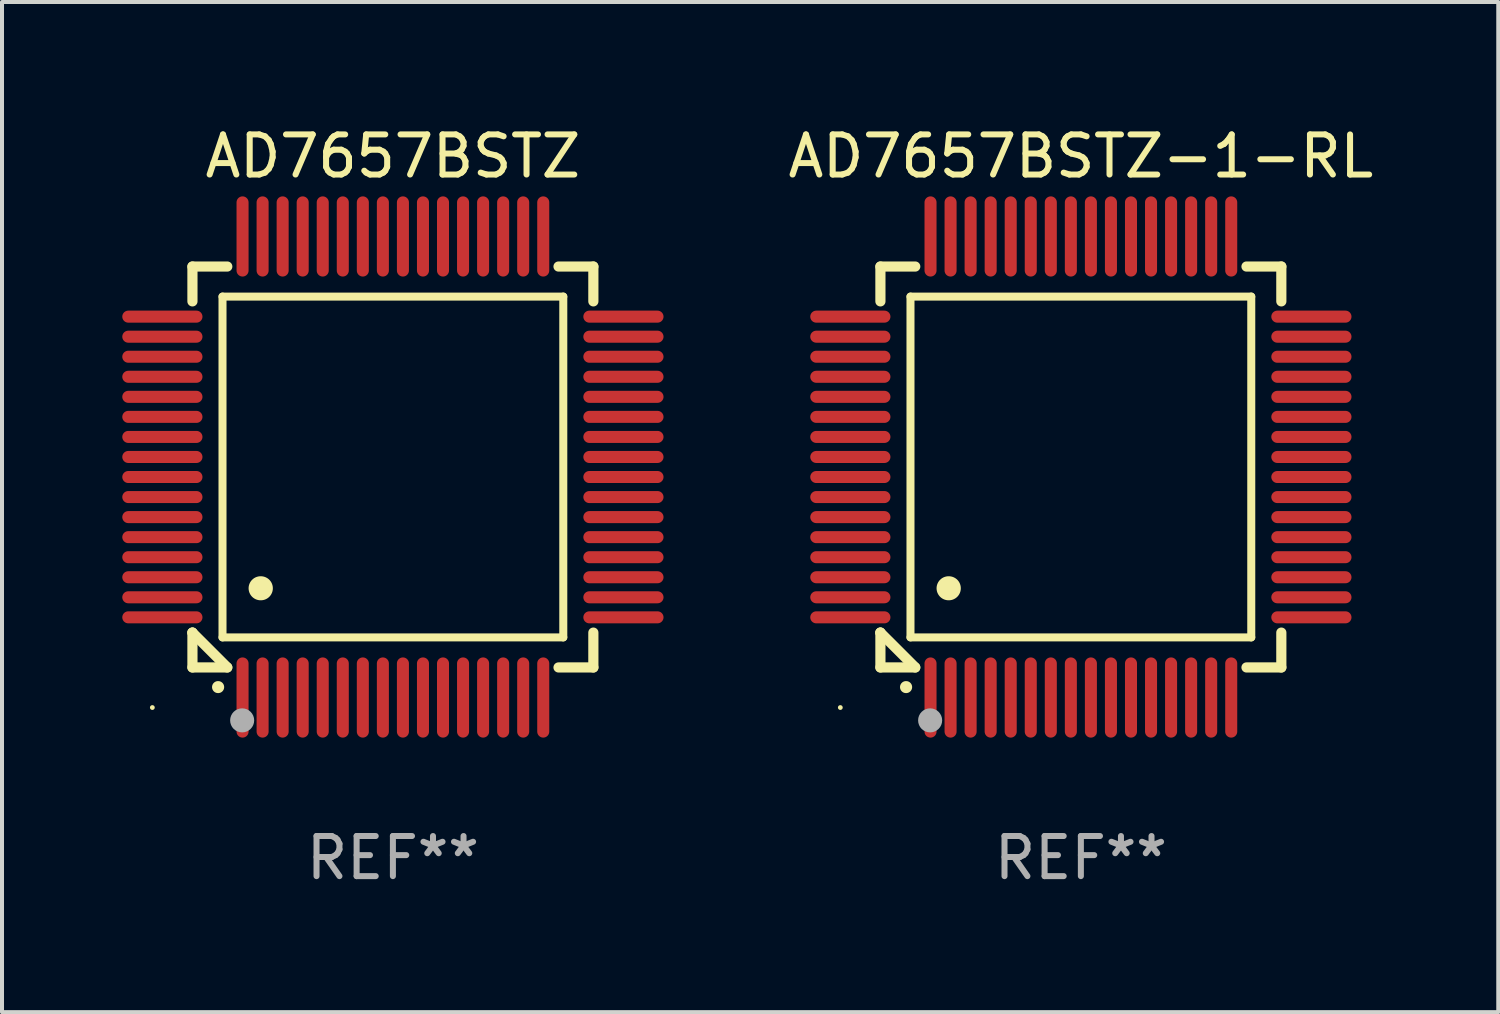
<source format=kicad_pcb>
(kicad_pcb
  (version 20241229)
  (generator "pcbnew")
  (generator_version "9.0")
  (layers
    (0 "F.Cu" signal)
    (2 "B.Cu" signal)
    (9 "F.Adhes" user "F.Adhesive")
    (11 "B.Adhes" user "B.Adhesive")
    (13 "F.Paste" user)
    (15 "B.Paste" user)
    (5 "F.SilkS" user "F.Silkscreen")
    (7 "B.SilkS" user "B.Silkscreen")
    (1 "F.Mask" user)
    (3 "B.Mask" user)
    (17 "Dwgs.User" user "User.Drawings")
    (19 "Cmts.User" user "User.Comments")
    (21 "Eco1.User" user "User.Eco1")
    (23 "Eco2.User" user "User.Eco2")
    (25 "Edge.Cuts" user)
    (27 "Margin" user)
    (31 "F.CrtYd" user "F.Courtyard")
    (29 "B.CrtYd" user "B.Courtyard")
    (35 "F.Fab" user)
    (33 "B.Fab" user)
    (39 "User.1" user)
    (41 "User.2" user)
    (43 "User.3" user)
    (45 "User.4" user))
  (footprint "AD7657BSTZ-1-RL"
    (layer "F.Cu")
    (at 23.91 8.598)
    (property "Reference" "AD7657BSTZ-1-RL" (at 0 -7.75 0) (layer "F.SilkS") (effects (font (size 1 1) (thickness 0.15))))
    (attr through_hole)
    (fp_line (start -5 -5) (end -4.131 -5) (stroke (width 0.254) (type solid)) (layer "F.SilkS"))
    (fp_line (start -5 -4.131) (end -5 -5) (stroke (width 0.254) (type solid)) (layer "F.SilkS"))
    (fp_line (start -5 4.131) (end -5 4.131) (stroke (width 0.254) (type solid)) (layer "F.SilkS"))
    (fp_line (start -5 5) (end -5 4.131) (stroke (width 0.254) (type solid)) (layer "F.SilkS"))
    (fp_line (start -5 4.131) (end -4.131 5) (stroke (width 0.254) (type solid)) (layer "F.SilkS"))
    (fp_line (start -4.25 -4.25) (end -4.25 4.25) (stroke (width 0.2) (type solid)) (layer "F.SilkS"))
    (fp_line (start -4.25 4.25) (end 4.25 4.25) (stroke (width 0.2) (type solid)) (layer "F.SilkS"))
    (fp_line (start -4.131 5) (end -5 5) (stroke (width 0.254) (type solid)) (layer "F.SilkS"))
    (fp_line (start 4.25 -4.25) (end -4.25 -4.25) (stroke (width 0.2) (type solid)) (layer "F.SilkS"))
    (fp_line (start 4.25 4.25) (end 4.25 -4.25) (stroke (width 0.2) (type solid)) (layer "F.SilkS"))
    (fp_line (start 5 -5) (end 4.131 -5) (stroke (width 0.254) (type solid)) (layer "F.SilkS"))
    (fp_line (start 5 -5) (end 5 -4.131) (stroke (width 0.254) (type solid)) (layer "F.SilkS"))
    (fp_line (start 5 4.131) (end 5 5) (stroke (width 0.254) (type solid)) (layer "F.SilkS"))
    (fp_line (start 5 5) (end 4.131 5) (stroke (width 0.254) (type solid)) (layer "F.SilkS"))
    (fp_arc (start -4.361265 5.489992) (mid -4.359995 5.489987) (end -4.358725 5.489992) (stroke (width 0.3) (type solid)) (layer "F.SilkS"))
    (fp_arc (start -3.299467 3.025146) (mid -3.296927 3.025135) (end -3.294387 3.025146) (stroke (width 0.6) (type solid)) (layer "F.SilkS"))
    (fp_circle (center -6 6) (end -5.97 6) (stroke (width 0.06) (type solid)) (fill no) (layer "F.SilkS"))
    (fp_circle (center -3.76 6.32) (end -3.61 6.32) (stroke (width 0.3) (type solid)) (fill no) (layer "F.Fab"))
    (fp_text user "REF**" (at 0 9.75 0) (layer "F.Fab") (effects (font (size 1 1) (thickness 0.15))))
    (pad "1" smd oval (at -3.75 5.75) (size 0.3 2) (layers "F.Cu" "F.Mask" "F.Paste"))
    (pad "2" smd oval (at -3.25 5.75) (size 0.3 2) (layers "F.Cu" "F.Mask" "F.Paste"))
    (pad "3" smd oval (at -2.75 5.75) (size 0.3 2) (layers "F.Cu" "F.Mask" "F.Paste"))
    (pad "4" smd oval (at -2.25 5.75) (size 0.3 2) (layers "F.Cu" "F.Mask" "F.Paste"))
    (pad "5" smd oval (at -1.75 5.75) (size 0.3 2) (layers "F.Cu" "F.Mask" "F.Paste"))
    (pad "6" smd oval (at -1.25 5.75) (size 0.3 2) (layers "F.Cu" "F.Mask" "F.Paste"))
    (pad "7" smd oval (at -0.75 5.75) (size 0.3 2) (layers "F.Cu" "F.Mask" "F.Paste"))
    (pad "8" smd oval (at -0.25 5.75) (size 0.3 2) (layers "F.Cu" "F.Mask" "F.Paste"))
    (pad "9" smd oval (at 0.25 5.75) (size 0.3 2) (layers "F.Cu" "F.Mask" "F.Paste"))
    (pad "10" smd oval (at 0.75 5.75) (size 0.3 2) (layers "F.Cu" "F.Mask" "F.Paste"))
    (pad "11" smd oval (at 1.25 5.75) (size 0.3 2) (layers "F.Cu" "F.Mask" "F.Paste"))
    (pad "12" smd oval (at 1.75 5.75) (size 0.3 2) (layers "F.Cu" "F.Mask" "F.Paste"))
    (pad "13" smd oval (at 2.25 5.75) (size 0.3 2) (layers "F.Cu" "F.Mask" "F.Paste"))
    (pad "14" smd oval (at 2.75 5.75) (size 0.3 2) (layers "F.Cu" "F.Mask" "F.Paste"))
    (pad "15" smd oval (at 3.25 5.75) (size 0.3 2) (layers "F.Cu" "F.Mask" "F.Paste"))
    (pad "16" smd oval (at 3.75 5.75) (size 0.3 2) (layers "F.Cu" "F.Mask" "F.Paste"))
    (pad "17" smd oval (at 5.75 3.75) (size 2 0.3) (layers "F.Cu" "F.Mask" "F.Paste"))
    (pad "18" smd oval (at 5.75 3.25) (size 2 0.3) (layers "F.Cu" "F.Mask" "F.Paste"))
    (pad "19" smd oval (at 5.75 2.75) (size 2 0.3) (layers "F.Cu" "F.Mask" "F.Paste"))
    (pad "20" smd oval (at 5.75 2.25) (size 2 0.3) (layers "F.Cu" "F.Mask" "F.Paste"))
    (pad "21" smd oval (at 5.75 1.75) (size 2 0.3) (layers "F.Cu" "F.Mask" "F.Paste"))
    (pad "22" smd oval (at 5.75 1.25) (size 2 0.3) (layers "F.Cu" "F.Mask" "F.Paste"))
    (pad "23" smd oval (at 5.75 0.75) (size 2 0.3) (layers "F.Cu" "F.Mask" "F.Paste"))
    (pad "24" smd oval (at 5.75 0.25) (size 2 0.3) (layers "F.Cu" "F.Mask" "F.Paste"))
    (pad "25" smd oval (at 5.75 -0.25) (size 2 0.3) (layers "F.Cu" "F.Mask" "F.Paste"))
    (pad "26" smd oval (at 5.75 -0.75) (size 2 0.3) (layers "F.Cu" "F.Mask" "F.Paste"))
    (pad "27" smd oval (at 5.75 -1.25) (size 2 0.3) (layers "F.Cu" "F.Mask" "F.Paste"))
    (pad "28" smd oval (at 5.75 -1.75) (size 2 0.3) (layers "F.Cu" "F.Mask" "F.Paste"))
    (pad "29" smd oval (at 5.75 -2.25) (size 2 0.3) (layers "F.Cu" "F.Mask" "F.Paste"))
    (pad "30" smd oval (at 5.75 -2.75) (size 2 0.3) (layers "F.Cu" "F.Mask" "F.Paste"))
    (pad "31" smd oval (at 5.75 -3.25) (size 2 0.3) (layers "F.Cu" "F.Mask" "F.Paste"))
    (pad "32" smd oval (at 5.75 -3.75) (size 2 0.3) (layers "F.Cu" "F.Mask" "F.Paste"))
    (pad "33" smd oval (at 3.75 -5.75) (size 0.3 2) (layers "F.Cu" "F.Mask" "F.Paste"))
    (pad "34" smd oval (at 3.25 -5.75) (size 0.3 2) (layers "F.Cu" "F.Mask" "F.Paste"))
    (pad "35" smd oval (at 2.75 -5.75) (size 0.3 2) (layers "F.Cu" "F.Mask" "F.Paste"))
    (pad "36" smd oval (at 2.25 -5.75) (size 0.3 2) (layers "F.Cu" "F.Mask" "F.Paste"))
    (pad "37" smd oval (at 1.75 -5.75) (size 0.3 2) (layers "F.Cu" "F.Mask" "F.Paste"))
    (pad "38" smd oval (at 1.25 -5.75) (size 0.3 2) (layers "F.Cu" "F.Mask" "F.Paste"))
    (pad "39" smd oval (at 0.75 -5.75) (size 0.3 2) (layers "F.Cu" "F.Mask" "F.Paste"))
    (pad "40" smd oval (at 0.25 -5.75) (size 0.3 2) (layers "F.Cu" "F.Mask" "F.Paste"))
    (pad "41" smd oval (at -0.25 -5.75) (size 0.3 2) (layers "F.Cu" "F.Mask" "F.Paste"))
    (pad "42" smd oval (at -0.75 -5.75) (size 0.3 2) (layers "F.Cu" "F.Mask" "F.Paste"))
    (pad "43" smd oval (at -1.25 -5.75) (size 0.3 2) (layers "F.Cu" "F.Mask" "F.Paste"))
    (pad "44" smd oval (at -1.75 -5.75) (size 0.3 2) (layers "F.Cu" "F.Mask" "F.Paste"))
    (pad "45" smd oval (at -2.25 -5.75) (size 0.3 2) (layers "F.Cu" "F.Mask" "F.Paste"))
    (pad "46" smd oval (at -2.75 -5.75) (size 0.3 2) (layers "F.Cu" "F.Mask" "F.Paste"))
    (pad "47" smd oval (at -3.25 -5.75) (size 0.3 2) (layers "F.Cu" "F.Mask" "F.Paste"))
    (pad "48" smd oval (at -3.75 -5.75) (size 0.3 2) (layers "F.Cu" "F.Mask" "F.Paste"))
    (pad "49" smd oval (at -5.75 -3.75) (size 2 0.3) (layers "F.Cu" "F.Mask" "F.Paste"))
    (pad "50" smd oval (at -5.75 -3.25) (size 2 0.3) (layers "F.Cu" "F.Mask" "F.Paste"))
    (pad "51" smd oval (at -5.75 -2.75) (size 2 0.3) (layers "F.Cu" "F.Mask" "F.Paste"))
    (pad "52" smd oval (at -5.75 -2.25) (size 2 0.3) (layers "F.Cu" "F.Mask" "F.Paste"))
    (pad "53" smd oval (at -5.75 -1.75) (size 2 0.3) (layers "F.Cu" "F.Mask" "F.Paste"))
    (pad "54" smd oval (at -5.75 -1.25) (size 2 0.3) (layers "F.Cu" "F.Mask" "F.Paste"))
    (pad "55" smd oval (at -5.75 -0.75) (size 2 0.3) (layers "F.Cu" "F.Mask" "F.Paste"))
    (pad "56" smd oval (at -5.75 -0.25) (size 2 0.3) (layers "F.Cu" "F.Mask" "F.Paste"))
    (pad "57" smd oval (at -5.75 0.25) (size 2 0.3) (layers "F.Cu" "F.Mask" "F.Paste"))
    (pad "58" smd oval (at -5.75 0.75) (size 2 0.3) (layers "F.Cu" "F.Mask" "F.Paste"))
    (pad "59" smd oval (at -5.75 1.25) (size 2 0.3) (layers "F.Cu" "F.Mask" "F.Paste"))
    (pad "60" smd oval (at -5.75 1.75) (size 2 0.3) (layers "F.Cu" "F.Mask" "F.Paste"))
    (pad "61" smd oval (at -5.75 2.25) (size 2 0.3) (layers "F.Cu" "F.Mask" "F.Paste"))
    (pad "62" smd oval (at -5.75 2.75) (size 2 0.3) (layers "F.Cu" "F.Mask" "F.Paste"))
    (pad "63" smd oval (at -5.75 3.25) (size 2 0.3) (layers "F.Cu" "F.Mask" "F.Paste"))
    (pad "64" smd oval (at -5.75 3.75) (size 2 0.3) (layers "F.Cu" "F.Mask" "F.Paste")))
  (footprint "AD7657BSTZ"
    (layer "F.Cu")
    (at 6.75 8.598)
    (property "Reference" "AD7657BSTZ" (at 0 -7.75 0) (layer "F.SilkS") (effects (font (size 1 1) (thickness 0.15))))
    (attr through_hole)
    (fp_line (start -5 -5) (end -4.131 -5) (stroke (width 0.254) (type solid)) (layer "F.SilkS"))
    (fp_line (start -5 -4.131) (end -5 -5) (stroke (width 0.254) (type solid)) (layer "F.SilkS"))
    (fp_line (start -5 4.131) (end -5 4.131) (stroke (width 0.254) (type solid)) (layer "F.SilkS"))
    (fp_line (start -5 5) (end -5 4.131) (stroke (width 0.254) (type solid)) (layer "F.SilkS"))
    (fp_line (start -5 4.131) (end -4.131 5) (stroke (width 0.254) (type solid)) (layer "F.SilkS"))
    (fp_line (start -4.25 -4.25) (end -4.25 4.25) (stroke (width 0.2) (type solid)) (layer "F.SilkS"))
    (fp_line (start -4.25 4.25) (end 4.25 4.25) (stroke (width 0.2) (type solid)) (layer "F.SilkS"))
    (fp_line (start -4.131 5) (end -5 5) (stroke (width 0.254) (type solid)) (layer "F.SilkS"))
    (fp_line (start 4.25 -4.25) (end -4.25 -4.25) (stroke (width 0.2) (type solid)) (layer "F.SilkS"))
    (fp_line (start 4.25 4.25) (end 4.25 -4.25) (stroke (width 0.2) (type solid)) (layer "F.SilkS"))
    (fp_line (start 5 -5) (end 4.131 -5) (stroke (width 0.254) (type solid)) (layer "F.SilkS"))
    (fp_line (start 5 -5) (end 5 -4.131) (stroke (width 0.254) (type solid)) (layer "F.SilkS"))
    (fp_line (start 5 4.131) (end 5 5) (stroke (width 0.254) (type solid)) (layer "F.SilkS"))
    (fp_line (start 5 5) (end 4.131 5) (stroke (width 0.254) (type solid)) (layer "F.SilkS"))
    (fp_arc (start -4.361265 5.489992) (mid -4.359995 5.489987) (end -4.358725 5.489992) (stroke (width 0.3) (type solid)) (layer "F.SilkS"))
    (fp_arc (start -3.299467 3.025146) (mid -3.296927 3.025135) (end -3.294387 3.025146) (stroke (width 0.6) (type solid)) (layer "F.SilkS"))
    (fp_circle (center -6 6) (end -5.97 6) (stroke (width 0.06) (type solid)) (fill no) (layer "F.SilkS"))
    (fp_circle (center -3.76 6.32) (end -3.61 6.32) (stroke (width 0.3) (type solid)) (fill no) (layer "F.Fab"))
    (fp_text user "REF**" (at 0 9.75 0) (layer "F.Fab") (effects (font (size 1 1) (thickness 0.15))))
    (pad "1" smd oval (at -3.75 5.75) (size 0.3 2) (layers "F.Cu" "F.Mask" "F.Paste"))
    (pad "2" smd oval (at -3.25 5.75) (size 0.3 2) (layers "F.Cu" "F.Mask" "F.Paste"))
    (pad "3" smd oval (at -2.75 5.75) (size 0.3 2) (layers "F.Cu" "F.Mask" "F.Paste"))
    (pad "4" smd oval (at -2.25 5.75) (size 0.3 2) (layers "F.Cu" "F.Mask" "F.Paste"))
    (pad "5" smd oval (at -1.75 5.75) (size 0.3 2) (layers "F.Cu" "F.Mask" "F.Paste"))
    (pad "6" smd oval (at -1.25 5.75) (size 0.3 2) (layers "F.Cu" "F.Mask" "F.Paste"))
    (pad "7" smd oval (at -0.75 5.75) (size 0.3 2) (layers "F.Cu" "F.Mask" "F.Paste"))
    (pad "8" smd oval (at -0.25 5.75) (size 0.3 2) (layers "F.Cu" "F.Mask" "F.Paste"))
    (pad "9" smd oval (at 0.25 5.75) (size 0.3 2) (layers "F.Cu" "F.Mask" "F.Paste"))
    (pad "10" smd oval (at 0.75 5.75) (size 0.3 2) (layers "F.Cu" "F.Mask" "F.Paste"))
    (pad "11" smd oval (at 1.25 5.75) (size 0.3 2) (layers "F.Cu" "F.Mask" "F.Paste"))
    (pad "12" smd oval (at 1.75 5.75) (size 0.3 2) (layers "F.Cu" "F.Mask" "F.Paste"))
    (pad "13" smd oval (at 2.25 5.75) (size 0.3 2) (layers "F.Cu" "F.Mask" "F.Paste"))
    (pad "14" smd oval (at 2.75 5.75) (size 0.3 2) (layers "F.Cu" "F.Mask" "F.Paste"))
    (pad "15" smd oval (at 3.25 5.75) (size 0.3 2) (layers "F.Cu" "F.Mask" "F.Paste"))
    (pad "16" smd oval (at 3.75 5.75) (size 0.3 2) (layers "F.Cu" "F.Mask" "F.Paste"))
    (pad "17" smd oval (at 5.75 3.75) (size 2 0.3) (layers "F.Cu" "F.Mask" "F.Paste"))
    (pad "18" smd oval (at 5.75 3.25) (size 2 0.3) (layers "F.Cu" "F.Mask" "F.Paste"))
    (pad "19" smd oval (at 5.75 2.75) (size 2 0.3) (layers "F.Cu" "F.Mask" "F.Paste"))
    (pad "20" smd oval (at 5.75 2.25) (size 2 0.3) (layers "F.Cu" "F.Mask" "F.Paste"))
    (pad "21" smd oval (at 5.75 1.75) (size 2 0.3) (layers "F.Cu" "F.Mask" "F.Paste"))
    (pad "22" smd oval (at 5.75 1.25) (size 2 0.3) (layers "F.Cu" "F.Mask" "F.Paste"))
    (pad "23" smd oval (at 5.75 0.75) (size 2 0.3) (layers "F.Cu" "F.Mask" "F.Paste"))
    (pad "24" smd oval (at 5.75 0.25) (size 2 0.3) (layers "F.Cu" "F.Mask" "F.Paste"))
    (pad "25" smd oval (at 5.75 -0.25) (size 2 0.3) (layers "F.Cu" "F.Mask" "F.Paste"))
    (pad "26" smd oval (at 5.75 -0.75) (size 2 0.3) (layers "F.Cu" "F.Mask" "F.Paste"))
    (pad "27" smd oval (at 5.75 -1.25) (size 2 0.3) (layers "F.Cu" "F.Mask" "F.Paste"))
    (pad "28" smd oval (at 5.75 -1.75) (size 2 0.3) (layers "F.Cu" "F.Mask" "F.Paste"))
    (pad "29" smd oval (at 5.75 -2.25) (size 2 0.3) (layers "F.Cu" "F.Mask" "F.Paste"))
    (pad "30" smd oval (at 5.75 -2.75) (size 2 0.3) (layers "F.Cu" "F.Mask" "F.Paste"))
    (pad "31" smd oval (at 5.75 -3.25) (size 2 0.3) (layers "F.Cu" "F.Mask" "F.Paste"))
    (pad "32" smd oval (at 5.75 -3.75) (size 2 0.3) (layers "F.Cu" "F.Mask" "F.Paste"))
    (pad "33" smd oval (at 3.75 -5.75) (size 0.3 2) (layers "F.Cu" "F.Mask" "F.Paste"))
    (pad "34" smd oval (at 3.25 -5.75) (size 0.3 2) (layers "F.Cu" "F.Mask" "F.Paste"))
    (pad "35" smd oval (at 2.75 -5.75) (size 0.3 2) (layers "F.Cu" "F.Mask" "F.Paste"))
    (pad "36" smd oval (at 2.25 -5.75) (size 0.3 2) (layers "F.Cu" "F.Mask" "F.Paste"))
    (pad "37" smd oval (at 1.75 -5.75) (size 0.3 2) (layers "F.Cu" "F.Mask" "F.Paste"))
    (pad "38" smd oval (at 1.25 -5.75) (size 0.3 2) (layers "F.Cu" "F.Mask" "F.Paste"))
    (pad "39" smd oval (at 0.75 -5.75) (size 0.3 2) (layers "F.Cu" "F.Mask" "F.Paste"))
    (pad "40" smd oval (at 0.25 -5.75) (size 0.3 2) (layers "F.Cu" "F.Mask" "F.Paste"))
    (pad "41" smd oval (at -0.25 -5.75) (size 0.3 2) (layers "F.Cu" "F.Mask" "F.Paste"))
    (pad "42" smd oval (at -0.75 -5.75) (size 0.3 2) (layers "F.Cu" "F.Mask" "F.Paste"))
    (pad "43" smd oval (at -1.25 -5.75) (size 0.3 2) (layers "F.Cu" "F.Mask" "F.Paste"))
    (pad "44" smd oval (at -1.75 -5.75) (size 0.3 2) (layers "F.Cu" "F.Mask" "F.Paste"))
    (pad "45" smd oval (at -2.25 -5.75) (size 0.3 2) (layers "F.Cu" "F.Mask" "F.Paste"))
    (pad "46" smd oval (at -2.75 -5.75) (size 0.3 2) (layers "F.Cu" "F.Mask" "F.Paste"))
    (pad "47" smd oval (at -3.25 -5.75) (size 0.3 2) (layers "F.Cu" "F.Mask" "F.Paste"))
    (pad "48" smd oval (at -3.75 -5.75) (size 0.3 2) (layers "F.Cu" "F.Mask" "F.Paste"))
    (pad "49" smd oval (at -5.75 -3.75) (size 2 0.3) (layers "F.Cu" "F.Mask" "F.Paste"))
    (pad "50" smd oval (at -5.75 -3.25) (size 2 0.3) (layers "F.Cu" "F.Mask" "F.Paste"))
    (pad "51" smd oval (at -5.75 -2.75) (size 2 0.3) (layers "F.Cu" "F.Mask" "F.Paste"))
    (pad "52" smd oval (at -5.75 -2.25) (size 2 0.3) (layers "F.Cu" "F.Mask" "F.Paste"))
    (pad "53" smd oval (at -5.75 -1.75) (size 2 0.3) (layers "F.Cu" "F.Mask" "F.Paste"))
    (pad "54" smd oval (at -5.75 -1.25) (size 2 0.3) (layers "F.Cu" "F.Mask" "F.Paste"))
    (pad "55" smd oval (at -5.75 -0.75) (size 2 0.3) (layers "F.Cu" "F.Mask" "F.Paste"))
    (pad "56" smd oval (at -5.75 -0.25) (size 2 0.3) (layers "F.Cu" "F.Mask" "F.Paste"))
    (pad "57" smd oval (at -5.75 0.25) (size 2 0.3) (layers "F.Cu" "F.Mask" "F.Paste"))
    (pad "58" smd oval (at -5.75 0.75) (size 2 0.3) (layers "F.Cu" "F.Mask" "F.Paste"))
    (pad "59" smd oval (at -5.75 1.25) (size 2 0.3) (layers "F.Cu" "F.Mask" "F.Paste"))
    (pad "60" smd oval (at -5.75 1.75) (size 2 0.3) (layers "F.Cu" "F.Mask" "F.Paste"))
    (pad "61" smd oval (at -5.75 2.25) (size 2 0.3) (layers "F.Cu" "F.Mask" "F.Paste"))
    (pad "62" smd oval (at -5.75 2.75) (size 2 0.3) (layers "F.Cu" "F.Mask" "F.Paste"))
    (pad "63" smd oval (at -5.75 3.25) (size 2 0.3) (layers "F.Cu" "F.Mask" "F.Paste"))
    (pad "64" smd oval (at -5.75 3.75) (size 2 0.3) (layers "F.Cu" "F.Mask" "F.Paste")))
  (gr_rect
    (start -3 -3)
    (end 34.321 22.196)
    (stroke (width 0.1) (type default))
    (fill no)
    (layer "Edge.Cuts")))
</source>
